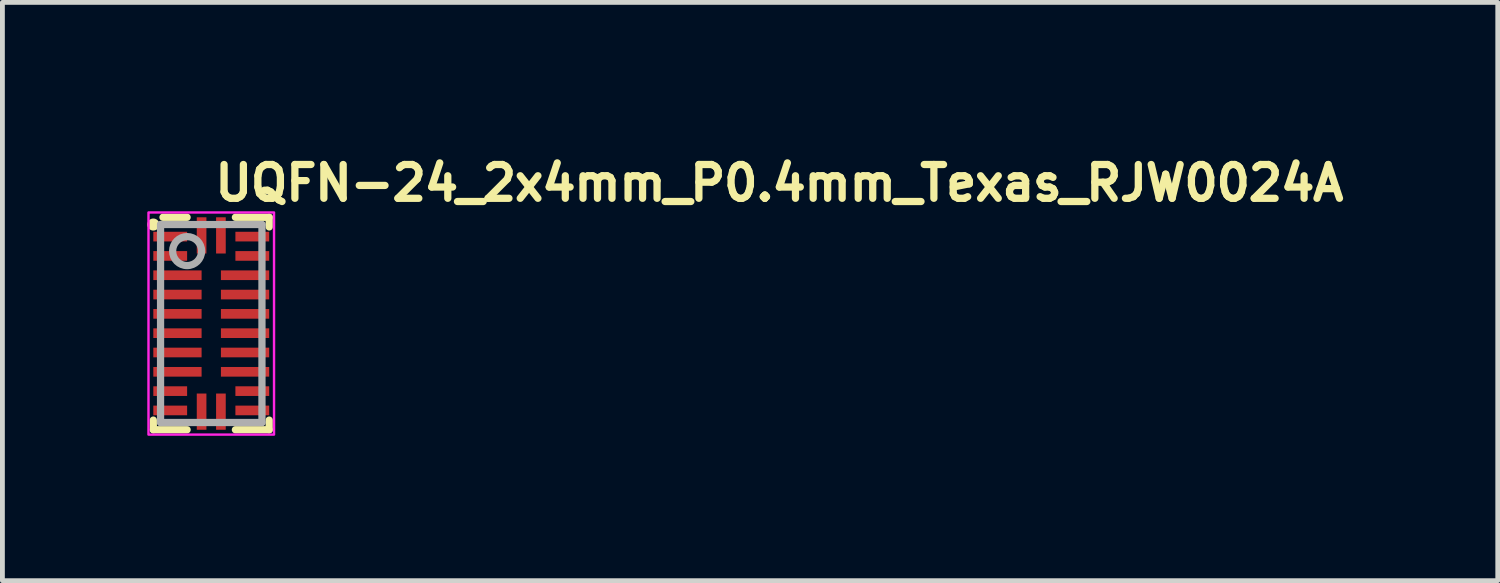
<source format=kicad_pcb>
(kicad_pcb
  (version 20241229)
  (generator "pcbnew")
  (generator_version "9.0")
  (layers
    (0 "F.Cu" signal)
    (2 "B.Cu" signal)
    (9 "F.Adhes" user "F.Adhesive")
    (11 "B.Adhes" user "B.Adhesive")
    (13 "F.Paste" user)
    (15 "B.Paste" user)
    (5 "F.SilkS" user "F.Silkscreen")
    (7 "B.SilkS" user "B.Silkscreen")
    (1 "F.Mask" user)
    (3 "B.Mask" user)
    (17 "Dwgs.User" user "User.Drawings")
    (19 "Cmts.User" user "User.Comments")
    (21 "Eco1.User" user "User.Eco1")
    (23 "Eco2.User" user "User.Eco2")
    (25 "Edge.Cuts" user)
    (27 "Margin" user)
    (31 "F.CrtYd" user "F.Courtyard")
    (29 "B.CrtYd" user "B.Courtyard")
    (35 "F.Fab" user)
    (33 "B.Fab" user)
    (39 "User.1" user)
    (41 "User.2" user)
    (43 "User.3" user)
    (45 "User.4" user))
  (footprint "UQFN-24_2x4mm_P0.4mm_Texas_RJW0024A"
    (layer "F.Cu")
    (at 1.325 3.65)
    (property "Reference" "UQFN-24_2x4mm_P0.4mm_Texas_RJW0024A" (at 0 -2.5 0) (unlocked yes) (layer "F.SilkS") (effects (font (size 0.7 0.7) (thickness 0.15)) (justify left bottom)))
    (attr smd)
    (fp_line (start -1.2 2) (end -1.2 2.2) (stroke (width 0.15) (type solid)) (layer "F.SilkS"))
    (fp_line (start -1.2 2.2) (end -0.5 2.2) (stroke (width 0.15) (type solid)) (layer "F.SilkS"))
    (fp_line (start -1 -2.2) (end -0.5 -2.2) (stroke (width 0.15) (type solid)) (layer "F.SilkS"))
    (fp_line (start 0.5 -2.2) (end 1.2 -2.2) (stroke (width 0.15) (type solid)) (layer "F.SilkS"))
    (fp_line (start 0.5 2.2) (end 1.2 2.2) (stroke (width 0.15) (type solid)) (layer "F.SilkS"))
    (fp_line (start 1.2 -2.2) (end 1.2 -2) (stroke (width 0.15) (type solid)) (layer "F.SilkS"))
    (fp_line (start 1.2 2) (end 1.2 2.2) (stroke (width 0.15) (type solid)) (layer "F.SilkS"))
    (fp_circle (center -1.2 -2.05) (end -1.15 -2.05) (stroke (width 0.15) (type solid)) (fill yes) (layer "F.SilkS"))
    (fp_poly (pts (xy -1.2 -1.75) (xy -1.2 -1.85) (xy -1.199 -1.86) (xy -1.196 -1.869) (xy -1.192 -1.878) (xy -1.185 -1.885) (xy -1.178 -1.892) (xy -1.169 -1.896) (xy -1.16 -1.899) (xy -1.15 -1.9) (xy -0.6 -1.9) (xy -0.59 -1.899) (xy -0.581 -1.896) (xy -0.572 -1.892) (xy -0.565 -1.885) (xy -0.558 -1.878) (xy -0.554 -1.869) (xy -0.551 -1.86) (xy -0.55 -1.85) (xy -0.55 -1.75) (xy -0.551 -1.74) (xy -0.554 -1.731) (xy -0.558 -1.722) (xy -0.565 -1.715) (xy -0.572 -1.708) (xy -0.581 -1.704) (xy -0.59 -1.701) (xy -0.6 -1.7) (xy -1.15 -1.7) (xy -1.16 -1.701) (xy -1.169 -1.704) (xy -1.178 -1.708) (xy -1.185 -1.715) (xy -1.192 -1.722) (xy -1.196 -1.731) (xy -1.199 -1.74)) (stroke (width 0) (type solid)) (fill yes) (layer "F.Paste"))
    (fp_poly (pts (xy -1.2 -1.35) (xy -1.2 -1.45) (xy -1.199 -1.46) (xy -1.196 -1.469) (xy -1.192 -1.478) (xy -1.185 -1.485) (xy -1.178 -1.492) (xy -1.169 -1.496) (xy -1.16 -1.499) (xy -1.15 -1.5) (xy -0.6 -1.5) (xy -0.59 -1.499) (xy -0.581 -1.496) (xy -0.572 -1.492) (xy -0.565 -1.485) (xy -0.558 -1.478) (xy -0.554 -1.469) (xy -0.551 -1.46) (xy -0.55 -1.45) (xy -0.55 -1.35) (xy -0.551 -1.34) (xy -0.554 -1.331) (xy -0.558 -1.322) (xy -0.565 -1.315) (xy -0.572 -1.308) (xy -0.581 -1.304) (xy -0.59 -1.301) (xy -0.6 -1.3) (xy -1.15 -1.3) (xy -1.16 -1.301) (xy -1.169 -1.304) (xy -1.178 -1.308) (xy -1.185 -1.315) (xy -1.192 -1.322) (xy -1.196 -1.331) (xy -1.199 -1.34)) (stroke (width 0) (type solid)) (fill yes) (layer "F.Paste"))
    (fp_poly (pts (xy -1.2 -0.95) (xy -1.2 -1.05) (xy -1.199 -1.06) (xy -1.196 -1.069) (xy -1.192 -1.078) (xy -1.185 -1.085) (xy -1.178 -1.092) (xy -1.169 -1.096) (xy -1.16 -1.099) (xy -1.15 -1.1) (xy -0.3 -1.1) (xy -0.29 -1.099) (xy -0.281 -1.096) (xy -0.272 -1.092) (xy -0.265 -1.085) (xy -0.258 -1.078) (xy -0.254 -1.069) (xy -0.251 -1.06) (xy -0.25 -1.05) (xy -0.25 -0.95) (xy -0.251 -0.94) (xy -0.254 -0.931) (xy -0.258 -0.922) (xy -0.265 -0.915) (xy -0.272 -0.908) (xy -0.281 -0.904) (xy -0.29 -0.901) (xy -0.3 -0.9) (xy -1.15 -0.9) (xy -1.16 -0.901) (xy -1.169 -0.904) (xy -1.178 -0.908) (xy -1.185 -0.915) (xy -1.192 -0.922) (xy -1.196 -0.931) (xy -1.199 -0.94)) (stroke (width 0) (type solid)) (fill yes) (layer "F.Paste"))
    (fp_poly (pts (xy -1.2 -0.55) (xy -1.2 -0.65) (xy -1.199 -0.66) (xy -1.196 -0.669) (xy -1.192 -0.678) (xy -1.185 -0.685) (xy -1.178 -0.692) (xy -1.169 -0.696) (xy -1.16 -0.699) (xy -1.15 -0.7) (xy -0.3 -0.7) (xy -0.29 -0.699) (xy -0.281 -0.696) (xy -0.272 -0.692) (xy -0.265 -0.685) (xy -0.258 -0.678) (xy -0.254 -0.669) (xy -0.251 -0.66) (xy -0.25 -0.65) (xy -0.25 -0.55) (xy -0.251 -0.54) (xy -0.254 -0.531) (xy -0.258 -0.522) (xy -0.265 -0.515) (xy -0.272 -0.508) (xy -0.281 -0.504) (xy -0.29 -0.501) (xy -0.3 -0.5) (xy -1.15 -0.5) (xy -1.16 -0.501) (xy -1.169 -0.504) (xy -1.178 -0.508) (xy -1.185 -0.515) (xy -1.192 -0.522) (xy -1.196 -0.531) (xy -1.199 -0.54)) (stroke (width 0) (type solid)) (fill yes) (layer "F.Paste"))
    (fp_poly (pts (xy -1.2 -0.15) (xy -1.2 -0.25) (xy -1.199 -0.26) (xy -1.196 -0.269) (xy -1.192 -0.278) (xy -1.185 -0.285) (xy -1.178 -0.292) (xy -1.169 -0.296) (xy -1.16 -0.299) (xy -1.15 -0.3) (xy -0.3 -0.3) (xy -0.29 -0.299) (xy -0.281 -0.296) (xy -0.272 -0.292) (xy -0.265 -0.285) (xy -0.258 -0.278) (xy -0.254 -0.269) (xy -0.251 -0.26) (xy -0.25 -0.25) (xy -0.25 -0.15) (xy -0.251 -0.14) (xy -0.254 -0.131) (xy -0.258 -0.122) (xy -0.265 -0.115) (xy -0.272 -0.108) (xy -0.281 -0.104) (xy -0.29 -0.101) (xy -0.3 -0.1) (xy -1.15 -0.1) (xy -1.16 -0.101) (xy -1.169 -0.104) (xy -1.178 -0.108) (xy -1.185 -0.115) (xy -1.192 -0.122) (xy -1.196 -0.131) (xy -1.199 -0.14)) (stroke (width 0) (type solid)) (fill yes) (layer "F.Paste"))
    (fp_poly (pts (xy -1.2 0.25) (xy -1.2 0.15) (xy -1.199 0.14) (xy -1.196 0.131) (xy -1.192 0.122) (xy -1.185 0.115) (xy -1.178 0.108) (xy -1.169 0.104) (xy -1.16 0.101) (xy -1.15 0.1) (xy -0.3 0.1) (xy -0.29 0.101) (xy -0.281 0.104) (xy -0.272 0.108) (xy -0.265 0.115) (xy -0.258 0.122) (xy -0.254 0.131) (xy -0.251 0.14) (xy -0.25 0.15) (xy -0.25 0.25) (xy -0.251 0.26) (xy -0.254 0.269) (xy -0.258 0.278) (xy -0.265 0.285) (xy -0.272 0.292) (xy -0.281 0.296) (xy -0.29 0.299) (xy -0.3 0.3) (xy -1.15 0.3) (xy -1.16 0.299) (xy -1.169 0.296) (xy -1.178 0.292) (xy -1.185 0.285) (xy -1.192 0.278) (xy -1.196 0.269) (xy -1.199 0.26)) (stroke (width 0) (type solid)) (fill yes) (layer "F.Paste"))
    (fp_poly (pts (xy -1.2 0.65) (xy -1.2 0.55) (xy -1.199 0.54) (xy -1.196 0.531) (xy -1.192 0.522) (xy -1.185 0.515) (xy -1.178 0.508) (xy -1.169 0.504) (xy -1.16 0.501) (xy -1.15 0.5) (xy -0.3 0.5) (xy -0.29 0.501) (xy -0.281 0.504) (xy -0.272 0.508) (xy -0.265 0.515) (xy -0.258 0.522) (xy -0.254 0.531) (xy -0.251 0.54) (xy -0.25 0.55) (xy -0.25 0.65) (xy -0.251 0.66) (xy -0.254 0.669) (xy -0.258 0.678) (xy -0.265 0.685) (xy -0.272 0.692) (xy -0.281 0.696) (xy -0.29 0.699) (xy -0.3 0.7) (xy -1.15 0.7) (xy -1.16 0.699) (xy -1.169 0.696) (xy -1.178 0.692) (xy -1.185 0.685) (xy -1.192 0.678) (xy -1.196 0.669) (xy -1.199 0.66)) (stroke (width 0) (type solid)) (fill yes) (layer "F.Paste"))
    (fp_poly (pts (xy -1.2 1.05) (xy -1.2 0.95) (xy -1.199 0.94) (xy -1.196 0.931) (xy -1.192 0.922) (xy -1.185 0.915) (xy -1.178 0.908) (xy -1.169 0.904) (xy -1.16 0.901) (xy -1.15 0.9) (xy -0.3 0.9) (xy -0.29 0.901) (xy -0.281 0.904) (xy -0.272 0.908) (xy -0.265 0.915) (xy -0.258 0.922) (xy -0.254 0.931) (xy -0.251 0.94) (xy -0.25 0.95) (xy -0.25 1.05) (xy -0.251 1.06) (xy -0.254 1.069) (xy -0.258 1.078) (xy -0.265 1.085) (xy -0.272 1.092) (xy -0.281 1.096) (xy -0.29 1.099) (xy -0.3 1.1) (xy -1.15 1.1) (xy -1.16 1.099) (xy -1.169 1.096) (xy -1.178 1.092) (xy -1.185 1.085) (xy -1.192 1.078) (xy -1.196 1.069) (xy -1.199 1.06)) (stroke (width 0) (type solid)) (fill yes) (layer "F.Paste"))
    (fp_poly (pts (xy -1.2 1.45) (xy -1.2 1.35) (xy -1.199 1.34) (xy -1.196 1.331) (xy -1.192 1.322) (xy -1.185 1.315) (xy -1.178 1.308) (xy -1.169 1.304) (xy -1.16 1.301) (xy -1.15 1.3) (xy -0.6 1.3) (xy -0.59 1.301) (xy -0.581 1.304) (xy -0.572 1.308) (xy -0.565 1.315) (xy -0.558 1.322) (xy -0.554 1.331) (xy -0.551 1.34) (xy -0.55 1.35) (xy -0.55 1.45) (xy -0.551 1.46) (xy -0.554 1.469) (xy -0.558 1.478) (xy -0.565 1.485) (xy -0.572 1.492) (xy -0.581 1.496) (xy -0.59 1.499) (xy -0.6 1.5) (xy -1.15 1.5) (xy -1.16 1.499) (xy -1.169 1.496) (xy -1.178 1.492) (xy -1.185 1.485) (xy -1.192 1.478) (xy -1.196 1.469) (xy -1.199 1.46)) (stroke (width 0) (type solid)) (fill yes) (layer "F.Paste"))
    (fp_poly (pts (xy -1.2 1.85) (xy -1.2 1.75) (xy -1.199 1.74) (xy -1.196 1.731) (xy -1.192 1.722) (xy -1.185 1.715) (xy -1.178 1.708) (xy -1.169 1.704) (xy -1.16 1.701) (xy -1.15 1.7) (xy -0.6 1.7) (xy -0.59 1.701) (xy -0.581 1.704) (xy -0.572 1.708) (xy -0.565 1.715) (xy -0.558 1.722) (xy -0.554 1.731) (xy -0.551 1.74) (xy -0.55 1.75) (xy -0.55 1.85) (xy -0.551 1.86) (xy -0.554 1.869) (xy -0.558 1.878) (xy -0.565 1.885) (xy -0.572 1.892) (xy -0.581 1.896) (xy -0.59 1.899) (xy -0.6 1.9) (xy -1.15 1.9) (xy -1.16 1.899) (xy -1.169 1.896) (xy -1.178 1.892) (xy -1.185 1.885) (xy -1.192 1.878) (xy -1.196 1.869) (xy -1.199 1.86)) (stroke (width 0) (type solid)) (fill yes) (layer "F.Paste"))
    (fp_poly (pts (xy -0.25 1.5) (xy -0.15 1.5) (xy -0.14 1.501) (xy -0.131 1.504) (xy -0.122 1.508) (xy -0.115 1.515) (xy -0.108 1.522) (xy -0.104 1.531) (xy -0.101 1.54) (xy -0.1 1.55) (xy -0.1 2.15) (xy -0.101 2.16) (xy -0.104 2.169) (xy -0.108 2.178) (xy -0.115 2.185) (xy -0.122 2.192) (xy -0.131 2.196) (xy -0.14 2.199) (xy -0.15 2.2) (xy -0.25 2.2) (xy -0.26 2.199) (xy -0.269 2.196) (xy -0.278 2.192) (xy -0.285 2.185) (xy -0.292 2.178) (xy -0.296 2.169) (xy -0.299 2.16) (xy -0.3 2.15) (xy -0.3 1.55) (xy -0.299 1.54) (xy -0.296 1.531) (xy -0.292 1.522) (xy -0.285 1.515) (xy -0.278 1.508) (xy -0.269 1.504) (xy -0.26 1.501)) (stroke (width 0) (type solid)) (fill yes) (layer "F.Paste"))
    (fp_poly (pts (xy -0.15 -1.5) (xy -0.25 -1.5) (xy -0.26 -1.501) (xy -0.269 -1.504) (xy -0.278 -1.508) (xy -0.285 -1.515) (xy -0.292 -1.522) (xy -0.296 -1.531) (xy -0.299 -1.54) (xy -0.3 -1.55) (xy -0.3 -2.15) (xy -0.299 -2.16) (xy -0.296 -2.169) (xy -0.292 -2.178) (xy -0.285 -2.185) (xy -0.278 -2.192) (xy -0.269 -2.196) (xy -0.26 -2.199) (xy -0.25 -2.2) (xy -0.15 -2.2) (xy -0.14 -2.199) (xy -0.131 -2.196) (xy -0.122 -2.192) (xy -0.115 -2.185) (xy -0.108 -2.178) (xy -0.104 -2.169) (xy -0.101 -2.16) (xy -0.1 -2.15) (xy -0.1 -1.55) (xy -0.101 -1.54) (xy -0.104 -1.531) (xy -0.108 -1.522) (xy -0.115 -1.515) (xy -0.122 -1.508) (xy -0.131 -1.504) (xy -0.14 -1.501)) (stroke (width 0) (type solid)) (fill yes) (layer "F.Paste"))
    (fp_poly (pts (xy 0.15 1.5) (xy 0.25 1.5) (xy 0.26 1.501) (xy 0.269 1.504) (xy 0.278 1.508) (xy 0.285 1.515) (xy 0.292 1.522) (xy 0.296 1.531) (xy 0.299 1.54) (xy 0.3 1.55) (xy 0.3 2.15) (xy 0.299 2.16) (xy 0.296 2.169) (xy 0.292 2.178) (xy 0.285 2.185) (xy 0.278 2.192) (xy 0.269 2.196) (xy 0.26 2.199) (xy 0.25 2.2) (xy 0.15 2.2) (xy 0.14 2.199) (xy 0.131 2.196) (xy 0.122 2.192) (xy 0.115 2.185) (xy 0.108 2.178) (xy 0.104 2.169) (xy 0.101 2.16) (xy 0.1 2.15) (xy 0.1 1.55) (xy 0.101 1.54) (xy 0.104 1.531) (xy 0.108 1.522) (xy 0.115 1.515) (xy 0.122 1.508) (xy 0.131 1.504) (xy 0.14 1.501)) (stroke (width 0) (type solid)) (fill yes) (layer "F.Paste"))
    (fp_poly (pts (xy 0.25 -1.5) (xy 0.15 -1.5) (xy 0.14 -1.501) (xy 0.131 -1.504) (xy 0.122 -1.508) (xy 0.115 -1.515) (xy 0.108 -1.522) (xy 0.104 -1.531) (xy 0.101 -1.54) (xy 0.1 -1.55) (xy 0.1 -2.15) (xy 0.101 -2.16) (xy 0.104 -2.169) (xy 0.108 -2.178) (xy 0.115 -2.185) (xy 0.122 -2.192) (xy 0.131 -2.196) (xy 0.14 -2.199) (xy 0.15 -2.2) (xy 0.25 -2.2) (xy 0.26 -2.199) (xy 0.269 -2.196) (xy 0.278 -2.192) (xy 0.285 -2.185) (xy 0.292 -2.178) (xy 0.296 -2.169) (xy 0.299 -2.16) (xy 0.3 -2.15) (xy 0.3 -1.55) (xy 0.299 -1.54) (xy 0.296 -1.531) (xy 0.292 -1.522) (xy 0.285 -1.515) (xy 0.278 -1.508) (xy 0.269 -1.504) (xy 0.26 -1.501)) (stroke (width 0) (type solid)) (fill yes) (layer "F.Paste"))
    (fp_poly (pts (xy 1.2 -1.85) (xy 1.2 -1.75) (xy 1.199 -1.74) (xy 1.196 -1.731) (xy 1.192 -1.722) (xy 1.185 -1.715) (xy 1.178 -1.708) (xy 1.169 -1.704) (xy 1.16 -1.701) (xy 1.15 -1.7) (xy 0.6 -1.7) (xy 0.59 -1.701) (xy 0.581 -1.704) (xy 0.572 -1.708) (xy 0.565 -1.715) (xy 0.558 -1.722) (xy 0.554 -1.731) (xy 0.551 -1.74) (xy 0.55 -1.75) (xy 0.55 -1.85) (xy 0.551 -1.86) (xy 0.554 -1.869) (xy 0.558 -1.878) (xy 0.565 -1.885) (xy 0.572 -1.892) (xy 0.581 -1.896) (xy 0.59 -1.899) (xy 0.6 -1.9) (xy 1.15 -1.9) (xy 1.16 -1.899) (xy 1.169 -1.896) (xy 1.178 -1.892) (xy 1.185 -1.885) (xy 1.192 -1.878) (xy 1.196 -1.869) (xy 1.199 -1.86)) (stroke (width 0) (type solid)) (fill yes) (layer "F.Paste"))
    (fp_poly (pts (xy 1.2 -1.45) (xy 1.2 -1.35) (xy 1.199 -1.34) (xy 1.196 -1.331) (xy 1.192 -1.322) (xy 1.185 -1.315) (xy 1.178 -1.308) (xy 1.169 -1.304) (xy 1.16 -1.301) (xy 1.15 -1.3) (xy 0.6 -1.3) (xy 0.59 -1.301) (xy 0.581 -1.304) (xy 0.572 -1.308) (xy 0.565 -1.315) (xy 0.558 -1.322) (xy 0.554 -1.331) (xy 0.551 -1.34) (xy 0.55 -1.35) (xy 0.55 -1.45) (xy 0.551 -1.46) (xy 0.554 -1.469) (xy 0.558 -1.478) (xy 0.565 -1.485) (xy 0.572 -1.492) (xy 0.581 -1.496) (xy 0.59 -1.499) (xy 0.6 -1.5) (xy 1.15 -1.5) (xy 1.16 -1.499) (xy 1.169 -1.496) (xy 1.178 -1.492) (xy 1.185 -1.485) (xy 1.192 -1.478) (xy 1.196 -1.469) (xy 1.199 -1.46)) (stroke (width 0) (type solid)) (fill yes) (layer "F.Paste"))
    (fp_poly (pts (xy 1.2 -1.05) (xy 1.2 -0.95) (xy 1.199 -0.94) (xy 1.196 -0.931) (xy 1.192 -0.922) (xy 1.185 -0.915) (xy 1.178 -0.908) (xy 1.169 -0.904) (xy 1.16 -0.901) (xy 1.15 -0.9) (xy 0.3 -0.9) (xy 0.29 -0.901) (xy 0.281 -0.904) (xy 0.272 -0.908) (xy 0.265 -0.915) (xy 0.258 -0.922) (xy 0.254 -0.931) (xy 0.251 -0.94) (xy 0.25 -0.95) (xy 0.25 -1.05) (xy 0.251 -1.06) (xy 0.254 -1.069) (xy 0.258 -1.078) (xy 0.265 -1.085) (xy 0.272 -1.092) (xy 0.281 -1.096) (xy 0.29 -1.099) (xy 0.3 -1.1) (xy 1.15 -1.1) (xy 1.16 -1.099) (xy 1.169 -1.096) (xy 1.178 -1.092) (xy 1.185 -1.085) (xy 1.192 -1.078) (xy 1.196 -1.069) (xy 1.199 -1.06)) (stroke (width 0) (type solid)) (fill yes) (layer "F.Paste"))
    (fp_poly (pts (xy 1.2 -0.65) (xy 1.2 -0.55) (xy 1.199 -0.54) (xy 1.196 -0.531) (xy 1.192 -0.522) (xy 1.185 -0.515) (xy 1.178 -0.508) (xy 1.169 -0.504) (xy 1.16 -0.501) (xy 1.15 -0.5) (xy 0.3 -0.5) (xy 0.29 -0.501) (xy 0.281 -0.504) (xy 0.272 -0.508) (xy 0.265 -0.515) (xy 0.258 -0.522) (xy 0.254 -0.531) (xy 0.251 -0.54) (xy 0.25 -0.55) (xy 0.25 -0.65) (xy 0.251 -0.66) (xy 0.254 -0.669) (xy 0.258 -0.678) (xy 0.265 -0.685) (xy 0.272 -0.692) (xy 0.281 -0.696) (xy 0.29 -0.699) (xy 0.3 -0.7) (xy 1.15 -0.7) (xy 1.16 -0.699) (xy 1.169 -0.696) (xy 1.178 -0.692) (xy 1.185 -0.685) (xy 1.192 -0.678) (xy 1.196 -0.669) (xy 1.199 -0.66)) (stroke (width 0) (type solid)) (fill yes) (layer "F.Paste"))
    (fp_poly (pts (xy 1.2 -0.25) (xy 1.2 -0.15) (xy 1.199 -0.14) (xy 1.196 -0.131) (xy 1.192 -0.122) (xy 1.185 -0.115) (xy 1.178 -0.108) (xy 1.169 -0.104) (xy 1.16 -0.101) (xy 1.15 -0.1) (xy 0.3 -0.1) (xy 0.29 -0.101) (xy 0.281 -0.104) (xy 0.272 -0.108) (xy 0.265 -0.115) (xy 0.258 -0.122) (xy 0.254 -0.131) (xy 0.251 -0.14) (xy 0.25 -0.15) (xy 0.25 -0.25) (xy 0.251 -0.26) (xy 0.254 -0.269) (xy 0.258 -0.278) (xy 0.265 -0.285) (xy 0.272 -0.292) (xy 0.281 -0.296) (xy 0.29 -0.299) (xy 0.3 -0.3) (xy 1.15 -0.3) (xy 1.16 -0.299) (xy 1.169 -0.296) (xy 1.178 -0.292) (xy 1.185 -0.285) (xy 1.192 -0.278) (xy 1.196 -0.269) (xy 1.199 -0.26)) (stroke (width 0) (type solid)) (fill yes) (layer "F.Paste"))
    (fp_poly (pts (xy 1.2 0.15) (xy 1.2 0.25) (xy 1.199 0.26) (xy 1.196 0.269) (xy 1.192 0.278) (xy 1.185 0.285) (xy 1.178 0.292) (xy 1.169 0.296) (xy 1.16 0.299) (xy 1.15 0.3) (xy 0.3 0.3) (xy 0.29 0.299) (xy 0.281 0.296) (xy 0.272 0.292) (xy 0.265 0.285) (xy 0.258 0.278) (xy 0.254 0.269) (xy 0.251 0.26) (xy 0.25 0.25) (xy 0.25 0.15) (xy 0.251 0.14) (xy 0.254 0.131) (xy 0.258 0.122) (xy 0.265 0.115) (xy 0.272 0.108) (xy 0.281 0.104) (xy 0.29 0.101) (xy 0.3 0.1) (xy 1.15 0.1) (xy 1.16 0.101) (xy 1.169 0.104) (xy 1.178 0.108) (xy 1.185 0.115) (xy 1.192 0.122) (xy 1.196 0.131) (xy 1.199 0.14)) (stroke (width 0) (type solid)) (fill yes) (layer "F.Paste"))
    (fp_poly (pts (xy 1.2 0.55) (xy 1.2 0.65) (xy 1.199 0.66) (xy 1.196 0.669) (xy 1.192 0.678) (xy 1.185 0.685) (xy 1.178 0.692) (xy 1.169 0.696) (xy 1.16 0.699) (xy 1.15 0.7) (xy 0.3 0.7) (xy 0.29 0.699) (xy 0.281 0.696) (xy 0.272 0.692) (xy 0.265 0.685) (xy 0.258 0.678) (xy 0.254 0.669) (xy 0.251 0.66) (xy 0.25 0.65) (xy 0.25 0.55) (xy 0.251 0.54) (xy 0.254 0.531) (xy 0.258 0.522) (xy 0.265 0.515) (xy 0.272 0.508) (xy 0.281 0.504) (xy 0.29 0.501) (xy 0.3 0.5) (xy 1.15 0.5) (xy 1.16 0.501) (xy 1.169 0.504) (xy 1.178 0.508) (xy 1.185 0.515) (xy 1.192 0.522) (xy 1.196 0.531) (xy 1.199 0.54)) (stroke (width 0) (type solid)) (fill yes) (layer "F.Paste"))
    (fp_poly (pts (xy 1.2 0.95) (xy 1.2 1.05) (xy 1.199 1.06) (xy 1.196 1.069) (xy 1.192 1.078) (xy 1.185 1.085) (xy 1.178 1.092) (xy 1.169 1.096) (xy 1.16 1.099) (xy 1.15 1.1) (xy 0.3 1.1) (xy 0.29 1.099) (xy 0.281 1.096) (xy 0.272 1.092) (xy 0.265 1.085) (xy 0.258 1.078) (xy 0.254 1.069) (xy 0.251 1.06) (xy 0.25 1.05) (xy 0.25 0.95) (xy 0.251 0.94) (xy 0.254 0.931) (xy 0.258 0.922) (xy 0.265 0.915) (xy 0.272 0.908) (xy 0.281 0.904) (xy 0.29 0.901) (xy 0.3 0.9) (xy 1.15 0.9) (xy 1.16 0.901) (xy 1.169 0.904) (xy 1.178 0.908) (xy 1.185 0.915) (xy 1.192 0.922) (xy 1.196 0.931) (xy 1.199 0.94)) (stroke (width 0) (type solid)) (fill yes) (layer "F.Paste"))
    (fp_poly (pts (xy 1.2 1.35) (xy 1.2 1.45) (xy 1.199 1.46) (xy 1.196 1.469) (xy 1.192 1.478) (xy 1.185 1.485) (xy 1.178 1.492) (xy 1.169 1.496) (xy 1.16 1.499) (xy 1.15 1.5) (xy 0.6 1.5) (xy 0.59 1.499) (xy 0.581 1.496) (xy 0.572 1.492) (xy 0.565 1.485) (xy 0.558 1.478) (xy 0.554 1.469) (xy 0.551 1.46) (xy 0.55 1.45) (xy 0.55 1.35) (xy 0.551 1.34) (xy 0.554 1.331) (xy 0.558 1.322) (xy 0.565 1.315) (xy 0.572 1.308) (xy 0.581 1.304) (xy 0.59 1.301) (xy 0.6 1.3) (xy 1.15 1.3) (xy 1.16 1.301) (xy 1.169 1.304) (xy 1.178 1.308) (xy 1.185 1.315) (xy 1.192 1.322) (xy 1.196 1.331) (xy 1.199 1.34)) (stroke (width 0) (type solid)) (fill yes) (layer "F.Paste"))
    (fp_poly (pts (xy 1.2 1.75) (xy 1.2 1.85) (xy 1.199 1.86) (xy 1.196 1.869) (xy 1.192 1.878) (xy 1.185 1.885) (xy 1.178 1.892) (xy 1.169 1.896) (xy 1.16 1.899) (xy 1.15 1.9) (xy 0.6 1.9) (xy 0.59 1.899) (xy 0.581 1.896) (xy 0.572 1.892) (xy 0.565 1.885) (xy 0.558 1.878) (xy 0.554 1.869) (xy 0.551 1.86) (xy 0.55 1.85) (xy 0.55 1.75) (xy 0.551 1.74) (xy 0.554 1.731) (xy 0.558 1.722) (xy 0.565 1.715) (xy 0.572 1.708) (xy 0.581 1.704) (xy 0.59 1.701) (xy 0.6 1.7) (xy 1.15 1.7) (xy 1.16 1.701) (xy 1.169 1.704) (xy 1.178 1.708) (xy 1.185 1.715) (xy 1.192 1.722) (xy 1.196 1.731) (xy 1.199 1.74)) (stroke (width 0) (type solid)) (fill yes) (layer "F.Paste"))
    (fp_rect (start -1.3 -2.3) (end 1.3 2.3) (stroke (width 0.05) (type solid)) (fill no) (layer "F.CrtYd"))
    (fp_line (start -1.05 -2.05) (end 1.05 -2.05) (stroke (width 0.15) (type solid)) (layer "F.Fab"))
    (fp_line (start -1.05 2.05) (end -1.05 -2.05) (stroke (width 0.15) (type solid)) (layer "F.Fab"))
    (fp_line (start -1.05 2.05) (end 1.05 2.05) (stroke (width 0.15) (type solid)) (layer "F.Fab"))
    (fp_line (start 1.05 2.05) (end 1.05 -2.05) (stroke (width 0.15) (type solid)) (layer "F.Fab"))
    (fp_circle (center -0.5 -1.5) (end -0.2 -1.5) (stroke (width 0.15) (type solid)) (fill no) (layer "F.Fab"))
    (fp_line (start -1 -2) (end -1 2) (stroke (width 0.01) (type solid)) (layer "User.9"))
    (fp_line (start -1 2) (end 1 2) (stroke (width 0.01) (type solid)) (layer "User.9"))
    (fp_line (start 1 -2) (end -1 -2) (stroke (width 0.01) (type solid)) (layer "User.9"))
    (fp_line (start 1 2) (end 1 -2) (stroke (width 0.01) (type solid)) (layer "User.9"))
    (fp_circle (center -0.5 -1.5) (end -0.217 -1.5) (stroke (width 0.01) (type solid)) (fill no) (layer "User.9"))
    (pad "1" smd rect (at -0.85 -1.8) (size 0.7 0.2) (layers "F.Cu" "F.Mask"))
    (pad "2" smd rect (at -0.85 -1.4) (size 0.7 0.2) (layers "F.Cu" "F.Mask"))
    (pad "3" smd rect (at -0.7 -1) (size 1 0.2) (layers "F.Cu" "F.Mask"))
    (pad "4" smd rect (at -0.7 -0.6) (size 1 0.2) (layers "F.Cu" "F.Mask"))
    (pad "5" smd rect (at -0.7 -0.2) (size 1 0.2) (layers "F.Cu" "F.Mask"))
    (pad "6" smd rect (at -0.7 0.2) (size 1 0.2) (layers "F.Cu" "F.Mask"))
    (pad "7" smd rect (at -0.7 0.6) (size 1 0.2) (layers "F.Cu" "F.Mask"))
    (pad "8" smd rect (at -0.7 1) (size 1 0.2) (layers "F.Cu" "F.Mask"))
    (pad "9" smd rect (at -0.85 1.4) (size 0.7 0.2) (layers "F.Cu" "F.Mask"))
    (pad "10" smd rect (at -0.85 1.8) (size 0.7 0.2) (layers "F.Cu" "F.Mask"))
    (pad "11" smd rect (at -0.2 1.825 90) (size 0.75 0.2) (layers "F.Cu" "F.Mask"))
    (pad "12" smd rect (at 0.2 1.825 90) (size 0.75 0.2) (layers "F.Cu" "F.Mask"))
    (pad "13" smd rect (at 0.85 1.8) (size 0.7 0.2) (layers "F.Cu" "F.Mask"))
    (pad "14" smd rect (at 0.85 1.4) (size 0.7 0.2) (layers "F.Cu" "F.Mask"))
    (pad "15" smd rect (at 0.7 1) (size 1 0.2) (layers "F.Cu" "F.Mask"))
    (pad "16" smd rect (at 0.7 0.6) (size 1 0.2) (layers "F.Cu" "F.Mask"))
    (pad "17" smd rect (at 0.7 0.2) (size 1 0.2) (layers "F.Cu" "F.Mask"))
    (pad "18" smd rect (at 0.7 -0.2) (size 1 0.2) (layers "F.Cu" "F.Mask"))
    (pad "19" smd rect (at 0.7 -0.6) (size 1 0.2) (layers "F.Cu" "F.Mask"))
    (pad "20" smd rect (at 0.7 -1) (size 1 0.2) (layers "F.Cu" "F.Mask"))
    (pad "21" smd rect (at 0.85 -1.4) (size 0.7 0.2) (layers "F.Cu" "F.Mask"))
    (pad "22" smd rect (at 0.85 -1.8) (size 0.7 0.2) (layers "F.Cu" "F.Mask"))
    (pad "23" smd rect (at 0.2 -1.825 90) (size 0.75 0.2) (layers "F.Cu" "F.Mask"))
    (pad "24" smd rect (at -0.2 -1.825 90) (size 0.75 0.2) (layers "F.Cu" "F.Mask")))
  (gr_rect
    (start -3 -3)
    (end 27.968 8.975)
    (stroke (width 0.1) (type default))
    (fill no)
    (layer "Edge.Cuts")))
</source>
